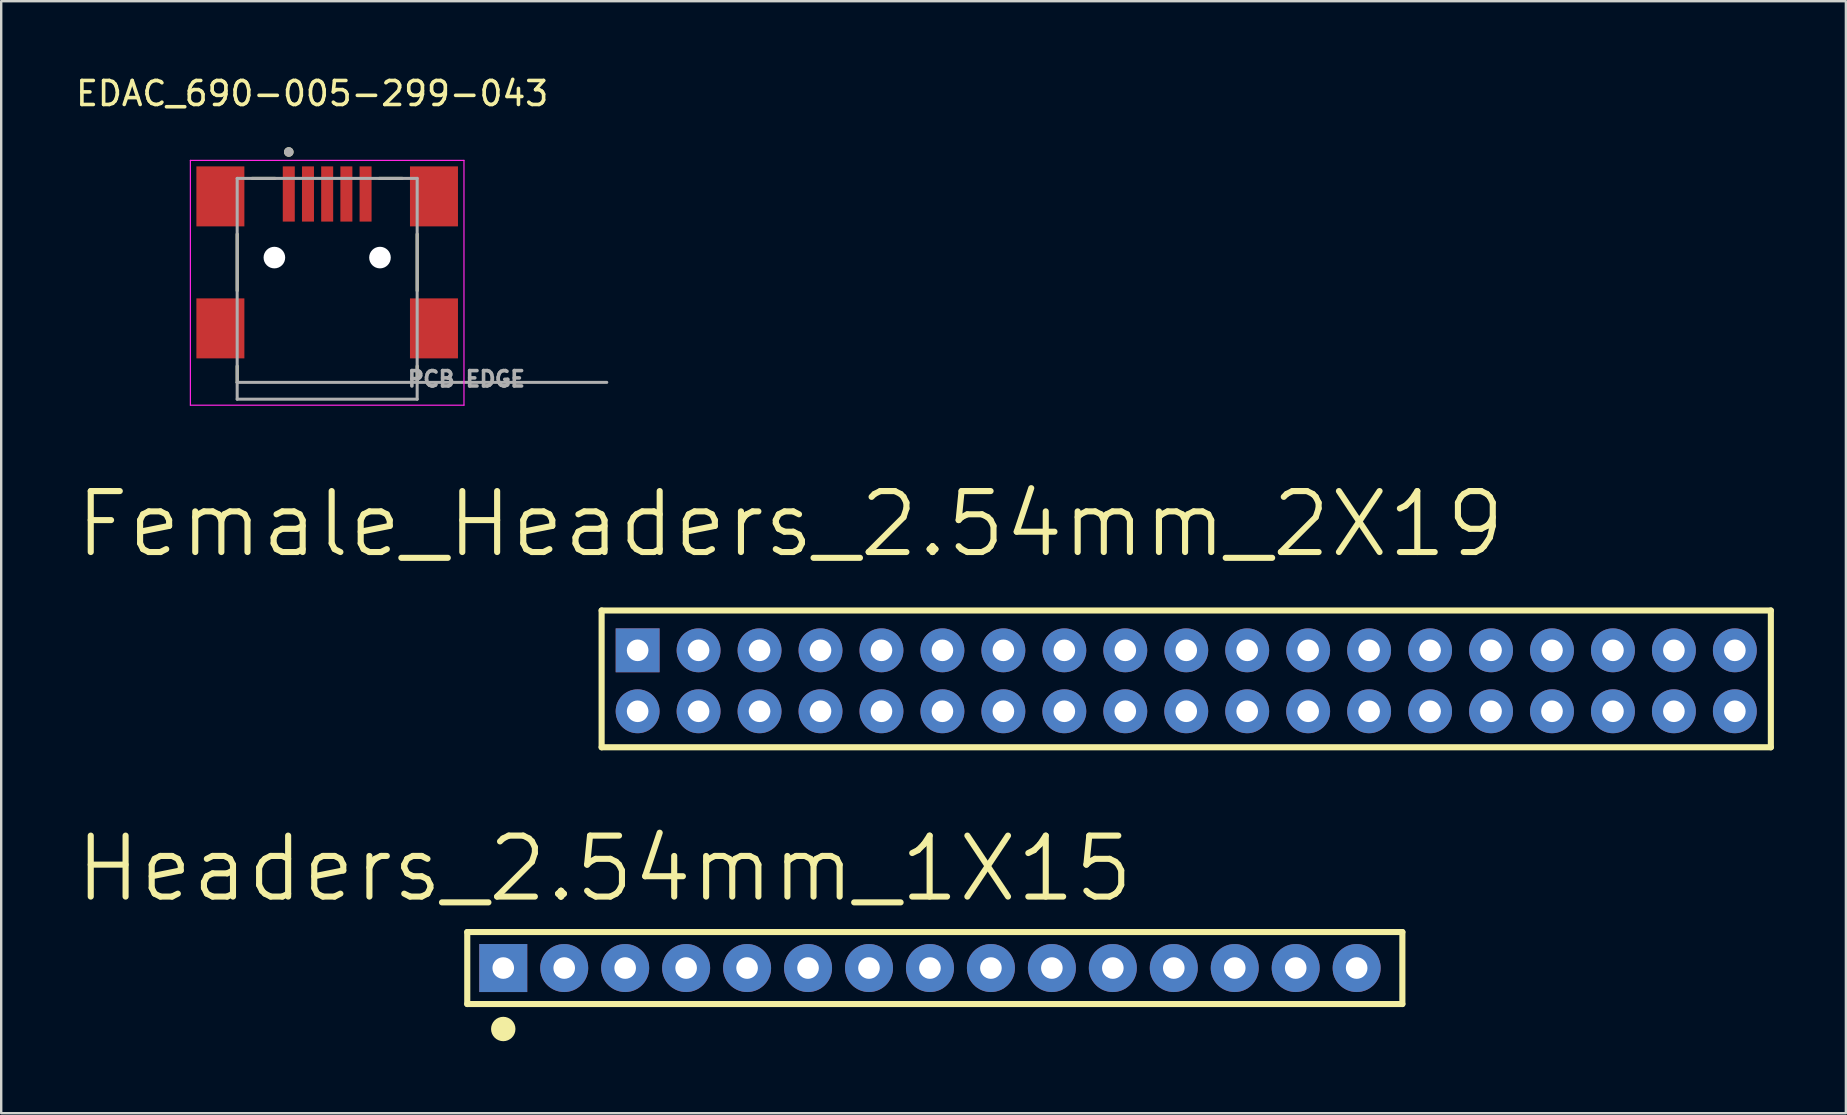
<source format=kicad_pcb>
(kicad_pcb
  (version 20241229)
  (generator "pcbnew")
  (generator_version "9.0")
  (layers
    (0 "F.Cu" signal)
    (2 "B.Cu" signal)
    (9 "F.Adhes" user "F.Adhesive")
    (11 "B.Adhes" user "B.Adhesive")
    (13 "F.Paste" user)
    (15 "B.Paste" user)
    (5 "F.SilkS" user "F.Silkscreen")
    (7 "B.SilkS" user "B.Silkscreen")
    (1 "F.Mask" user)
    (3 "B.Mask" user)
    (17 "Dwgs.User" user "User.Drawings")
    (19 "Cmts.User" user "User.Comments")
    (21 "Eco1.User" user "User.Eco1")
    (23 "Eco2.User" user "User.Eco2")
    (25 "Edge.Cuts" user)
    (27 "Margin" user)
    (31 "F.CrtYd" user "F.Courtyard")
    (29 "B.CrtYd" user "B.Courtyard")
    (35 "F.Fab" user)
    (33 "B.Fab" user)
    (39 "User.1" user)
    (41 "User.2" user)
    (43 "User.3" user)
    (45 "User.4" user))
  (footprint "EDAC_690-005-299-043"
    (layer "F.Cu")
    (at 10.583 7.683)
    (property "Reference" "EDAC_690-005-299-043" (at -0.625 -6.835 0) (layer "F.SilkS") (effects (font (size 1 1) (thickness 0.15))))
    (attr smd)
    (fp_line (start -3.75 1.38) (end -3.75 -0.98) (stroke (width 0.127) (type solid)) (layer "F.SilkS"))
    (fp_line (start -3.75 4.52) (end -3.75 5.2) (stroke (width 0.127) (type solid)) (layer "F.SilkS"))
    (fp_line (start -3.13 -3.3) (end -2.17 -3.3) (stroke (width 0.127) (type solid)) (layer "F.SilkS"))
    (fp_line (start 3.13 -3.3) (end 2.17 -3.3) (stroke (width 0.127) (type solid)) (layer "F.SilkS"))
    (fp_line (start 3.75 1.38) (end 3.75 -0.98) (stroke (width 0.127) (type solid)) (layer "F.SilkS"))
    (fp_line (start 3.75 4.52) (end 3.75 5.2) (stroke (width 0.127) (type solid)) (layer "F.SilkS"))
    (fp_circle (center -1.6 -4.4) (end -1.5 -4.4) (stroke (width 0.2) (type solid)) (fill no) (layer "F.SilkS"))
    (fp_line (start -5.7 -4.05) (end -5.7 6.15) (stroke (width 0.05) (type solid)) (layer "F.CrtYd"))
    (fp_line (start -5.7 6.15) (end 5.7 6.15) (stroke (width 0.05) (type solid)) (layer "F.CrtYd"))
    (fp_line (start 5.7 -4.05) (end -5.7 -4.05) (stroke (width 0.05) (type solid)) (layer "F.CrtYd"))
    (fp_line (start 5.7 6.15) (end 5.7 -4.05) (stroke (width 0.05) (type solid)) (layer "F.CrtYd"))
    (fp_line (start -3.75 -3.3) (end -3.75 5.2) (stroke (width 0.127) (type solid)) (layer "F.Fab"))
    (fp_line (start -3.75 5.2) (end -3.75 5.9) (stroke (width 0.127) (type solid)) (layer "F.Fab"))
    (fp_line (start -3.75 5.2) (end 11.65 5.2) (stroke (width 0.127) (type solid)) (layer "F.Fab"))
    (fp_line (start -3.75 5.9) (end 3.75 5.9) (stroke (width 0.127) (type solid)) (layer "F.Fab"))
    (fp_line (start 3.75 -3.3) (end -3.75 -3.3) (stroke (width 0.127) (type solid)) (layer "F.Fab"))
    (fp_line (start 3.75 5.9) (end 3.75 -3.3) (stroke (width 0.127) (type solid)) (layer "F.Fab"))
    (fp_circle (center -1.6 -4.4) (end -1.5 -4.4) (stroke (width 0.2) (type solid)) (fill no) (layer "F.Fab"))
    (fp_text user "PCB EDGE" (at 5.8 5.06 0) (layer "F.Fab") (effects (font (size 0.64 0.64) (thickness 0.15))))
    (pad "" np_thru_hole circle (at -2.2 0) (size 0.9 0.9) (drill 0.9) (layers "*.Cu" "*.Mask"))
    (pad "" np_thru_hole circle (at 2.2 0) (size 0.9 0.9) (drill 0.9) (layers "*.Cu" "*.Mask"))
    (pad "1" smd rect (at -1.6 -2.65) (size 0.5 2.3) (layers "F.Cu" "F.Mask" "F.Paste"))
    (pad "2" smd rect (at -0.8 -2.65) (size 0.5 2.3) (layers "F.Cu" "F.Mask" "F.Paste"))
    (pad "3" smd rect (at 0 -2.65) (size 0.5 2.3) (layers "F.Cu" "F.Mask" "F.Paste"))
    (pad "4" smd rect (at 0.8 -2.65) (size 0.5 2.3) (layers "F.Cu" "F.Mask" "F.Paste"))
    (pad "5" smd rect (at 1.6 -2.65) (size 0.5 2.3) (layers "F.Cu" "F.Mask" "F.Paste"))
    (pad "S1" smd rect (at -4.45 -2.55) (size 2 2.5) (layers "F.Cu" "F.Mask" "F.Paste"))
    (pad "S1" smd rect (at -4.45 2.95) (size 2 2.5) (layers "F.Cu" "F.Mask" "F.Paste"))
    (pad "S1" smd rect (at 4.45 -2.55) (size 2 2.5) (layers "F.Cu" "F.Mask" "F.Paste"))
    (pad "S1" smd rect (at 4.45 2.95) (size 2 2.5) (layers "F.Cu" "F.Mask" "F.Paste"))
    (zone (net_name "") (layer "F.Cu") (hatch full 0.508) (connect_pads) (min_thickness 0.01) (filled_areas_thickness no) (keepout (tracks allowed) (vias allowed) (pads allowed) (copperpour not_allowed) (footprints allowed)) (placement (enabled no)) (fill) (polygon (pts (xy 7.133 3.883) (xy 7.133 11.683) (xy 7.133 12.883) (xy 14.033 12.883) (xy 14.033 3.883) (xy 12.433 3.883) (xy 12.433 6.183) (xy 8.733 6.183) (xy 8.733 3.883)))))
  (footprint "Female_Headers_2.54mm_2X19"
    (layer "F.Cu")
    (at 25.551 23.54)
    (property "Reference" "Female_Headers_2.54mm_2X19" (at 4.33 -4.75 0) (layer "F.SilkS") (effects (font (size 2.54 2.54) (thickness 0.254))))
    (attr through_hole)
    (fp_line (start -3.532 -1.152) (end 45.188 -1.152) (stroke (width 0.254) (type solid)) (layer "F.SilkS"))
    (fp_line (start -3.532 4.548) (end -3.532 -1.152) (stroke (width 0.254) (type solid)) (layer "F.SilkS"))
    (fp_line (start 45.188 -1.152) (end 45.188 4.548) (stroke (width 0.254) (type solid)) (layer "F.SilkS"))
    (fp_line (start 45.188 4.548) (end -3.532 4.548) (stroke (width 0.254) (type solid)) (layer "F.SilkS"))
    (pad "1" thru_hole rect (at -2.032 0.508 180) (size 1.829 1.829) (drill 0.9) (layers "*.Cu" "*.Mask"))
    (pad "2" thru_hole circle (at -2.032 3.048 180) (size 1.829 1.829) (drill 0.9) (layers "*.Cu" "*.Mask"))
    (pad "3" thru_hole circle (at 0.508 0.508 180) (size 1.829 1.829) (drill 0.9) (layers "*.Cu" "*.Mask"))
    (pad "4" thru_hole circle (at 0.508 3.048 180) (size 1.829 1.829) (drill 0.9) (layers "*.Cu" "*.Mask"))
    (pad "5" thru_hole circle (at 3.048 0.508 180) (size 1.829 1.829) (drill 0.9) (layers "*.Cu" "*.Mask"))
    (pad "6" thru_hole circle (at 3.048 3.048 180) (size 1.829 1.829) (drill 0.9) (layers "*.Cu" "*.Mask"))
    (pad "7" thru_hole circle (at 5.588 0.508 180) (size 1.829 1.829) (drill 0.9) (layers "*.Cu" "*.Mask"))
    (pad "8" thru_hole circle (at 5.588 3.048 180) (size 1.829 1.829) (drill 0.9) (layers "*.Cu" "*.Mask"))
    (pad "9" thru_hole circle (at 8.128 0.508 180) (size 1.829 1.829) (drill 0.9) (layers "*.Cu" "*.Mask"))
    (pad "10" thru_hole circle (at 8.128 3.048 180) (size 1.829 1.829) (drill 0.9) (layers "*.Cu" "*.Mask"))
    (pad "11" thru_hole circle (at 10.668 0.508 180) (size 1.829 1.829) (drill 0.9) (layers "*.Cu" "*.Mask"))
    (pad "12" thru_hole circle (at 10.668 3.048 180) (size 1.829 1.829) (drill 0.9) (layers "*.Cu" "*.Mask"))
    (pad "13" thru_hole circle (at 13.208 0.508 180) (size 1.829 1.829) (drill 0.9) (layers "*.Cu" "*.Mask"))
    (pad "14" thru_hole circle (at 13.208 3.048 180) (size 1.829 1.829) (drill 0.9) (layers "*.Cu" "*.Mask"))
    (pad "15" thru_hole circle (at 15.748 0.508 180) (size 1.829 1.829) (drill 0.9) (layers "*.Cu" "*.Mask"))
    (pad "16" thru_hole circle (at 15.748 3.048 180) (size 1.829 1.829) (drill 0.9) (layers "*.Cu" "*.Mask"))
    (pad "17" thru_hole circle (at 18.288 0.508 180) (size 1.829 1.829) (drill 0.9) (layers "*.Cu" "*.Mask"))
    (pad "18" thru_hole circle (at 18.288 3.048 180) (size 1.829 1.829) (drill 0.9) (layers "*.Cu" "*.Mask"))
    (pad "19" thru_hole circle (at 20.828 0.508 180) (size 1.829 1.829) (drill 0.9) (layers "*.Cu" "*.Mask"))
    (pad "20" thru_hole circle (at 20.828 3.048 180) (size 1.829 1.829) (drill 0.9) (layers "*.Cu" "*.Mask"))
    (pad "21" thru_hole circle (at 23.368 0.508 180) (size 1.829 1.829) (drill 0.9) (layers "*.Cu" "*.Mask"))
    (pad "22" thru_hole circle (at 23.368 3.048 180) (size 1.829 1.829) (drill 0.9) (layers "*.Cu" "*.Mask"))
    (pad "23" thru_hole circle (at 25.908 0.508 180) (size 1.829 1.829) (drill 0.9) (layers "*.Cu" "*.Mask"))
    (pad "24" thru_hole circle (at 25.908 3.048 180) (size 1.829 1.829) (drill 0.9) (layers "*.Cu" "*.Mask"))
    (pad "25" thru_hole circle (at 28.448 0.508 180) (size 1.829 1.829) (drill 0.9) (layers "*.Cu" "*.Mask"))
    (pad "26" thru_hole circle (at 28.448 3.048 180) (size 1.829 1.829) (drill 0.9) (layers "*.Cu" "*.Mask"))
    (pad "27" thru_hole circle (at 30.988 0.508 180) (size 1.829 1.829) (drill 0.9) (layers "*.Cu" "*.Mask"))
    (pad "28" thru_hole circle (at 30.988 3.048 180) (size 1.829 1.829) (drill 0.9) (layers "*.Cu" "*.Mask"))
    (pad "29" thru_hole circle (at 33.528 0.508 180) (size 1.829 1.829) (drill 0.9) (layers "*.Cu" "*.Mask"))
    (pad "30" thru_hole circle (at 33.528 3.048 180) (size 1.829 1.829) (drill 0.9) (layers "*.Cu" "*.Mask"))
    (pad "31" thru_hole circle (at 36.068 0.508 180) (size 1.829 1.829) (drill 0.9) (layers "*.Cu" "*.Mask"))
    (pad "32" thru_hole circle (at 36.068 3.048 180) (size 1.829 1.829) (drill 0.9) (layers "*.Cu" "*.Mask"))
    (pad "33" thru_hole circle (at 38.608 0.508 180) (size 1.829 1.829) (drill 0.9) (layers "*.Cu" "*.Mask"))
    (pad "34" thru_hole circle (at 38.608 3.048 180) (size 1.829 1.829) (drill 0.9) (layers "*.Cu" "*.Mask"))
    (pad "35" thru_hole circle (at 41.148 0.508 180) (size 1.829 1.829) (drill 0.9) (layers "*.Cu" "*.Mask"))
    (pad "36" thru_hole circle (at 41.148 3.048 180) (size 1.829 1.829) (drill 0.9) (layers "*.Cu" "*.Mask"))
    (pad "37" thru_hole circle (at 43.688 0.508 180) (size 1.829 1.829) (drill 0.9) (layers "*.Cu" "*.Mask"))
    (pad "38" thru_hole circle (at 43.688 3.048 180) (size 1.829 1.829) (drill 0.9) (layers "*.Cu" "*.Mask")))
  (footprint "Headers_2.54mm_1X15"
    (layer "F.Cu")
    (at 17.92 37.287)
    (property "Reference" "Headers_2.54mm_1X15" (at 4.22 -4.14 0) (layer "F.SilkS") (effects (font (size 2.54 2.54) (thickness 0.254))))
    (attr through_hole)
    (fp_line (start -1.5 -1.5) (end -1.5 1.5) (stroke (width 0.254) (type solid)) (layer "F.SilkS"))
    (fp_line (start -1.5 1.5) (end 37.465 1.5) (stroke (width 0.254) (type solid)) (layer "F.SilkS"))
    (fp_line (start 37.465 -1.5) (end -1.5 -1.5) (stroke (width 0.254) (type solid)) (layer "F.SilkS"))
    (fp_line (start 37.465 1.5) (end 37.465 -1.5) (stroke (width 0.254) (type solid)) (layer "F.SilkS"))
    (fp_circle (center 0 2.54) (end 0.254 2.54) (stroke (width 0.508) (type solid)) (fill no) (layer "F.SilkS"))
    (pad "1" thru_hole rect (at 0 0) (size 2 2) (drill 0.9) (layers "*.Cu" "*.Mask"))
    (pad "2" thru_hole circle (at 2.54 0) (size 2 2) (drill 0.9) (layers "*.Cu" "*.Mask"))
    (pad "3" thru_hole circle (at 5.08 0) (size 2 2) (drill 0.9) (layers "*.Cu" "*.Mask"))
    (pad "4" thru_hole circle (at 7.62 0) (size 2 2) (drill 0.9) (layers "*.Cu" "*.Mask"))
    (pad "5" thru_hole circle (at 10.16 0) (size 2 2) (drill 0.9) (layers "*.Cu" "*.Mask"))
    (pad "6" thru_hole circle (at 12.7 0) (size 2 2) (drill 0.9) (layers "*.Cu" "*.Mask"))
    (pad "7" thru_hole circle (at 15.24 0) (size 2 2) (drill 0.9) (layers "*.Cu" "*.Mask"))
    (pad "8" thru_hole circle (at 17.78 0) (size 2 2) (drill 0.9) (layers "*.Cu" "*.Mask"))
    (pad "9" thru_hole circle (at 20.32 0) (size 2 2) (drill 0.9) (layers "*.Cu" "*.Mask"))
    (pad "10" thru_hole circle (at 22.86 0) (size 2 2) (drill 0.9) (layers "*.Cu" "*.Mask"))
    (pad "11" thru_hole circle (at 25.4 0) (size 2 2) (drill 0.9) (layers "*.Cu" "*.Mask"))
    (pad "12" thru_hole circle (at 27.94 0) (size 2 2) (drill 0.9) (layers "*.Cu" "*.Mask"))
    (pad "13" thru_hole circle (at 30.48 0) (size 2 2) (drill 0.9) (layers "*.Cu" "*.Mask"))
    (pad "14" thru_hole circle (at 33.02 0) (size 2 2) (drill 0.9) (layers "*.Cu" "*.Mask"))
    (pad "15" thru_hole circle (at 35.56 0) (size 2 2) (drill 0.9) (layers "*.Cu" "*.Mask")))
  (gr_rect
    (start -3 -3)
    (end 73.866 43.335)
    (stroke (width 0.1) (type default))
    (fill no)
    (layer "Edge.Cuts")))
</source>
